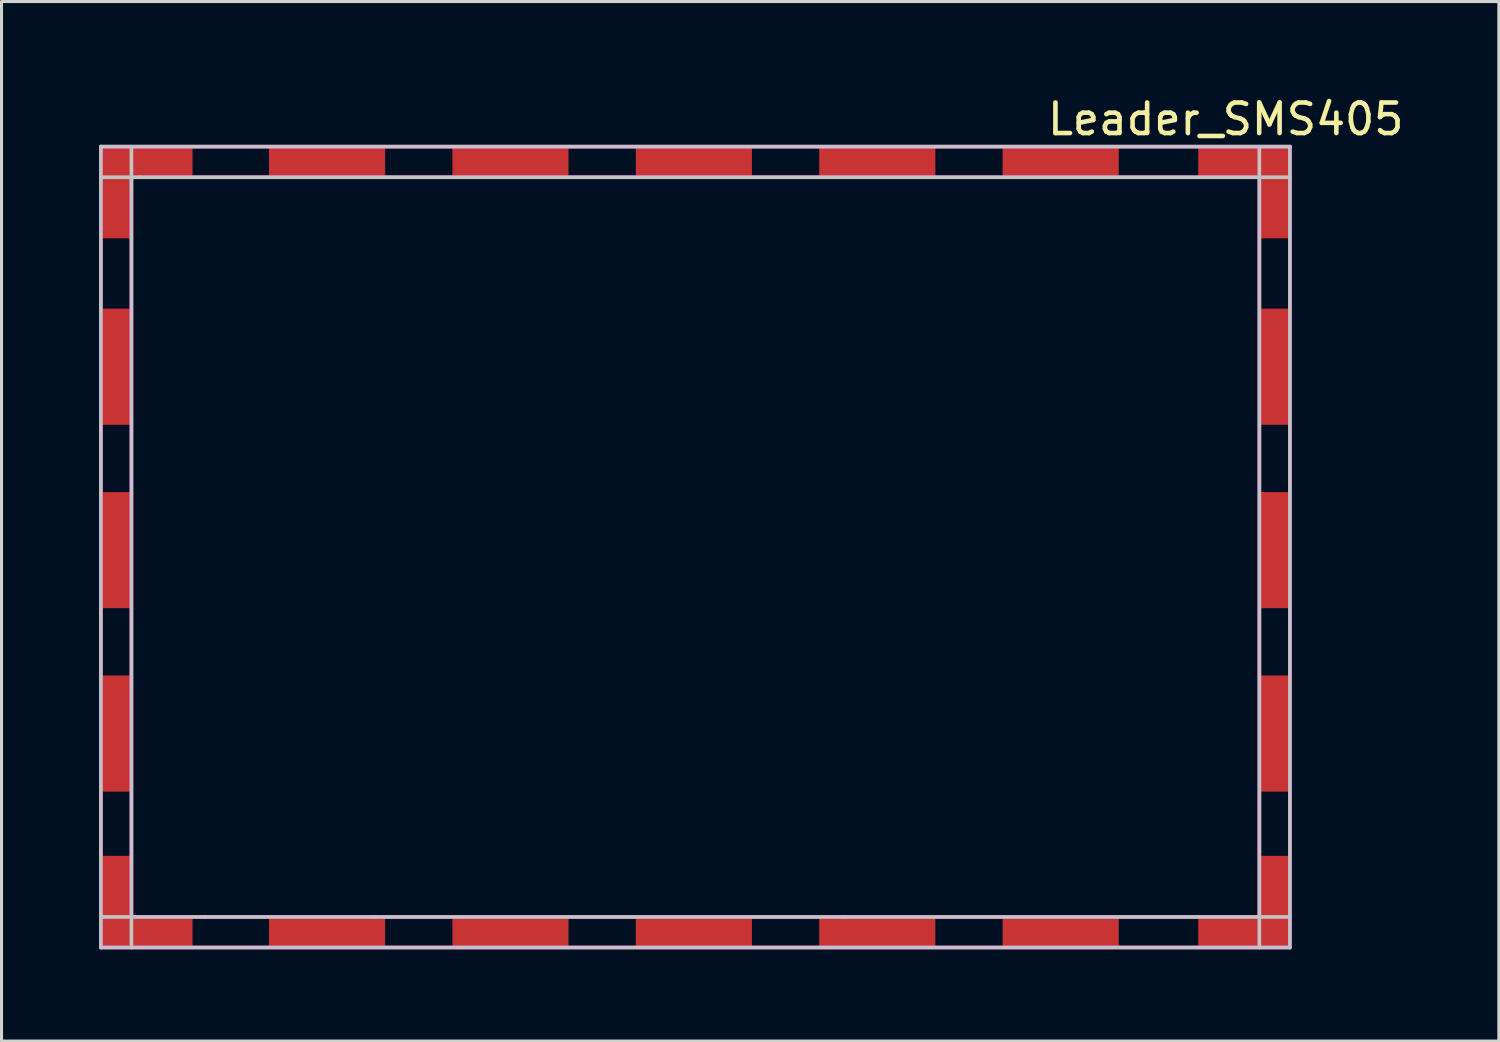
<source format=kicad_pcb>
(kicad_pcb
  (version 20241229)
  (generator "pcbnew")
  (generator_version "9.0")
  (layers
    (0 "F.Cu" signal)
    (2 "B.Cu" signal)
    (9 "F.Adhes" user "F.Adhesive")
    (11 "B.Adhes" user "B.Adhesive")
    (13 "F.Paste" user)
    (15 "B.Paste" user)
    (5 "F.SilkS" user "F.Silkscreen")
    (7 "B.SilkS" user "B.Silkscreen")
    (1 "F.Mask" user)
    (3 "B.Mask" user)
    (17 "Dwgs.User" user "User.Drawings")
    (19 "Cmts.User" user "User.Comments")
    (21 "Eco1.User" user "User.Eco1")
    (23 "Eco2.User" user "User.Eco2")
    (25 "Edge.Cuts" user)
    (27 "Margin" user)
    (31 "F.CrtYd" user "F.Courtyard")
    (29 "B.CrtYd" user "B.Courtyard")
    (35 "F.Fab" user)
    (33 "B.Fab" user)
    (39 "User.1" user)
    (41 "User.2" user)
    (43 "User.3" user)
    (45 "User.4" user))
  (footprint "Leader_SMS405"
    (layer "F.Cu")
    (at 0.25 1.748)
    (property "Reference" "Leader_SMS405" (at 36.8 -0.9 0) (layer "F.SilkS") (effects (font (size 1 1) (thickness 0.15))))
    (attr through_hole)
    (fp_line (start 0 0) (end 38.9 0) (stroke (width 0.12) (type solid)) (layer "Dwgs.User"))
    (fp_line (start 0 1) (end 1.3 1) (stroke (width 0.12) (type solid)) (layer "Dwgs.User"))
    (fp_line (start 0 26.2) (end 0 0) (stroke (width 0.12) (type solid)) (layer "Dwgs.User"))
    (fp_line (start 1 0) (end 1 1.1) (stroke (width 0.12) (type solid)) (layer "Dwgs.User"))
    (fp_line (start 1 1.1) (end 1 26.2) (stroke (width 0.12) (type solid)) (layer "Dwgs.User"))
    (fp_line (start 1.3 1) (end 38.9 1) (stroke (width 0.12) (type solid)) (layer "Dwgs.User"))
    (fp_line (start 3.4 25.2) (end 0 25.2) (stroke (width 0.12) (type solid)) (layer "Dwgs.User"))
    (fp_line (start 9 25.2) (end 3.4 25.2) (stroke (width 0.12) (type solid)) (layer "Dwgs.User"))
    (fp_line (start 24.3 25.2) (end 9 25.2) (stroke (width 0.12) (type solid)) (layer "Dwgs.User"))
    (fp_line (start 37.8 25.2) (end 24.3 25.2) (stroke (width 0.12) (type solid)) (layer "Dwgs.User"))
    (fp_line (start 37.9 0) (end 37.9 26.2) (stroke (width 0.12) (type solid)) (layer "Dwgs.User"))
    (fp_line (start 38.9 0) (end 38.9 26.2) (stroke (width 0.12) (type solid)) (layer "Dwgs.User"))
    (fp_line (start 38.9 25.2) (end 37.8 25.2) (stroke (width 0.12) (type solid)) (layer "Dwgs.User"))
    (fp_line (start 38.9 26.2) (end 0 26.2) (stroke (width 0.12) (type solid)) (layer "Dwgs.User"))
    (fp_line (start 0 0) (end 0 26.2) (stroke (width 0.12) (type solid)) (layer "F.CrtYd"))
    (fp_line (start 0 26.2) (end 38.9 26.2) (stroke (width 0.12) (type solid)) (layer "F.CrtYd"))
    (fp_line (start 1 1) (end 37.9 1) (stroke (width 0.12) (type solid)) (layer "F.CrtYd"))
    (fp_line (start 1 25.2) (end 1 1) (stroke (width 0.12) (type solid)) (layer "F.CrtYd"))
    (fp_line (start 37.9 1) (end 37.9 25.2) (stroke (width 0.12) (type solid)) (layer "F.CrtYd"))
    (fp_line (start 37.9 25.2) (end 1 25.2) (stroke (width 0.12) (type solid)) (layer "F.CrtYd"))
    (fp_line (start 38.9 0) (end 0 0) (stroke (width 0.12) (type solid)) (layer "F.CrtYd"))
    (fp_line (start 38.9 26.2) (end 38.9 0) (stroke (width 0.12) (type solid)) (layer "F.CrtYd"))
    (pad "1" smd rect (at 0.5 1.5 180) (size 1 3) (layers "F.Cu" "F.Mask" "F.Paste"))
    (pad "1" smd rect (at 0.5 7.2 180) (size 1 3.8) (layers "F.Cu" "F.Mask" "F.Paste"))
    (pad "1" smd rect (at 0.5 13.2 180) (size 1 3.8) (layers "F.Cu" "F.Mask" "F.Paste"))
    (pad "1" smd rect (at 0.5 19.2 180) (size 1 3.8) (layers "F.Cu" "F.Mask" "F.Paste"))
    (pad "1" smd rect (at 0.5 24.7 180) (size 1 3) (layers "F.Cu" "F.Mask" "F.Paste"))
    (pad "1" smd rect (at 1.5 0.5 270) (size 1 3) (layers "F.Cu" "F.Mask" "F.Paste"))
    (pad "1" smd rect (at 1.5 25.7 270) (size 1 3) (layers "F.Cu" "F.Mask" "F.Paste"))
    (pad "1" smd rect (at 7.4 0.5 270) (size 1 3.8) (layers "F.Cu" "F.Mask" "F.Paste"))
    (pad "1" smd rect (at 7.4 25.7 270) (size 1 3.8) (layers "F.Cu" "F.Mask" "F.Paste"))
    (pad "1" smd rect (at 13.4 0.5 270) (size 1 3.8) (layers "F.Cu" "F.Mask" "F.Paste"))
    (pad "1" smd rect (at 13.4 25.7 270) (size 1 3.8) (layers "F.Cu" "F.Mask" "F.Paste"))
    (pad "1" smd rect (at 19.4 0.5 270) (size 1 3.8) (layers "F.Cu" "F.Mask" "F.Paste"))
    (pad "1" smd rect (at 19.4 25.7 270) (size 1 3.8) (layers "F.Cu" "F.Mask" "F.Paste"))
    (pad "1" smd rect (at 25.4 0.5 270) (size 1 3.8) (layers "F.Cu" "F.Mask" "F.Paste"))
    (pad "1" smd rect (at 25.4 25.7 270) (size 1 3.8) (layers "F.Cu" "F.Mask" "F.Paste"))
    (pad "1" smd rect (at 31.4 0.5 270) (size 1 3.8) (layers "F.Cu" "F.Mask" "F.Paste"))
    (pad "1" smd rect (at 31.4 25.7 270) (size 1 3.8) (layers "F.Cu" "F.Mask" "F.Paste"))
    (pad "1" smd rect (at 37.4 0.5 270) (size 1 3) (layers "F.Cu" "F.Mask" "F.Paste"))
    (pad "1" smd rect (at 37.4 25.7 90) (size 1 3) (layers "F.Cu" "F.Mask" "F.Paste"))
    (pad "1" smd rect (at 38.4 1.5) (size 1 3) (layers "F.Cu" "F.Mask" "F.Paste"))
    (pad "1" smd rect (at 38.4 7.2 180) (size 1 3.8) (layers "F.Cu" "F.Mask" "F.Paste"))
    (pad "1" smd rect (at 38.4 13.2 180) (size 1 3.8) (layers "F.Cu" "F.Mask" "F.Paste"))
    (pad "1" smd rect (at 38.4 19.2 180) (size 1 3.8) (layers "F.Cu" "F.Mask" "F.Paste"))
    (pad "1" smd rect (at 38.4 24.7) (size 1 3) (layers "F.Cu" "F.Mask" "F.Paste")))
  (gr_rect
    (start -3 -3)
    (end 45.985 31.008)
    (stroke (width 0.1) (type default))
    (fill no)
    (layer "Edge.Cuts")))
</source>
